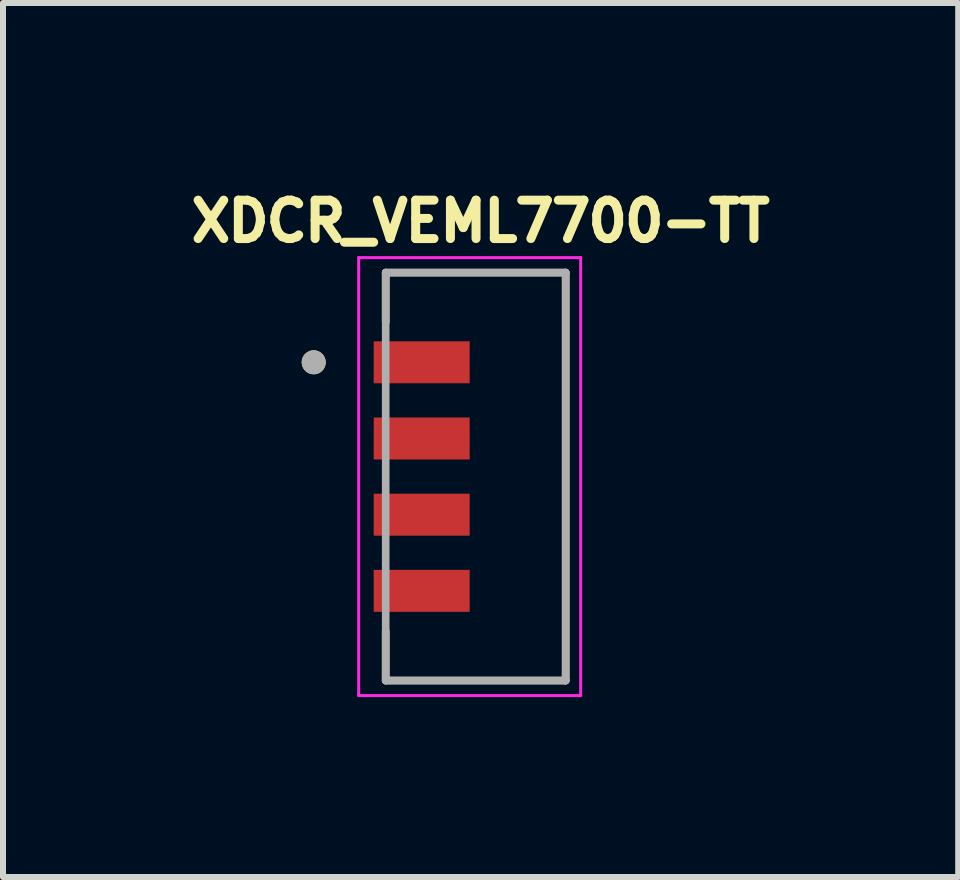
<source format=kicad_pcb>
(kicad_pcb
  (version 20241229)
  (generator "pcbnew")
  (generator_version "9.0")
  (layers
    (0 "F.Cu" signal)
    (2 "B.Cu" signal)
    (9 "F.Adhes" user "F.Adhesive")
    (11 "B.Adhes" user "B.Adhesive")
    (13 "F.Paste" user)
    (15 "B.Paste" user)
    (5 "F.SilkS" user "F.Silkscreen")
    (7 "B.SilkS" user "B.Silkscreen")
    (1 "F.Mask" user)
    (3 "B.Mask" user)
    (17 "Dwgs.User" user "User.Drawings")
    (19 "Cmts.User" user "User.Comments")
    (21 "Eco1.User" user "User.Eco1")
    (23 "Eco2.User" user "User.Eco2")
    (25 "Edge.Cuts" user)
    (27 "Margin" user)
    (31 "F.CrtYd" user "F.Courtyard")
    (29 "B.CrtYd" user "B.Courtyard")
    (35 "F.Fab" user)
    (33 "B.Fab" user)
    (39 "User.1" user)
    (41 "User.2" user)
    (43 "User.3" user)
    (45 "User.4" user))
  (footprint "XDCR_VEML7700-TT"
    (layer "F.Cu")
    (at 4.879 4.894)
    (property "Reference" "XDCR_VEML7700-TT" (at 0.082 -4.256 0) (layer "F.SilkS") (effects (font (size 0.64 0.64) (thickness 0.15))))
    (attr through_hole)
    (fp_line (start -1.5 -3.4) (end 1.5 -3.4) (stroke (width 0.127) (type solid)) (layer "F.SilkS"))
    (fp_line (start -1.5 -2.575) (end -1.5 -3.4) (stroke (width 0.127) (type solid)) (layer "F.SilkS"))
    (fp_line (start -1.5 3.4) (end -1.5 2.575) (stroke (width 0.127) (type solid)) (layer "F.SilkS"))
    (fp_line (start 1.5 -3.4) (end 1.5 3.4) (stroke (width 0.127) (type solid)) (layer "F.SilkS"))
    (fp_line (start 1.5 3.4) (end -1.5 3.4) (stroke (width 0.127) (type solid)) (layer "F.SilkS"))
    (fp_circle (center -2.7 -1.905) (end -2.6 -1.905) (stroke (width 0.2) (type solid)) (fill no) (layer "F.SilkS"))
    (fp_line (start -1.95 -3.65) (end -1.95 3.65) (stroke (width 0.05) (type solid)) (layer "F.CrtYd"))
    (fp_line (start -1.95 3.65) (end 1.75 3.65) (stroke (width 0.05) (type solid)) (layer "F.CrtYd"))
    (fp_line (start 1.75 -3.65) (end -1.95 -3.65) (stroke (width 0.05) (type solid)) (layer "F.CrtYd"))
    (fp_line (start 1.75 3.65) (end 1.75 -3.65) (stroke (width 0.05) (type solid)) (layer "F.CrtYd"))
    (fp_line (start -1.5 -3.4) (end 1.5 -3.4) (stroke (width 0.127) (type solid)) (layer "F.Fab"))
    (fp_line (start -1.5 3.4) (end -1.5 -3.4) (stroke (width 0.127) (type solid)) (layer "F.Fab"))
    (fp_line (start 1.5 -3.4) (end 1.5 3.4) (stroke (width 0.127) (type solid)) (layer "F.Fab"))
    (fp_line (start 1.5 3.4) (end -1.5 3.4) (stroke (width 0.127) (type solid)) (layer "F.Fab"))
    (fp_circle (center -2.7 -1.905) (end -2.6 -1.905) (stroke (width 0.2) (type solid)) (fill no) (layer "F.Fab"))
    (pad "1" smd rect (at -0.9 -1.905) (size 1.6 0.7) (layers "F.Cu" "F.Mask" "F.Paste"))
    (pad "2" smd rect (at -0.9 -0.635) (size 1.6 0.7) (layers "F.Cu" "F.Mask" "F.Paste"))
    (pad "3" smd rect (at -0.9 0.635) (size 1.6 0.7) (layers "F.Cu" "F.Mask" "F.Paste"))
    (pad "4" smd rect (at -0.9 1.905) (size 1.6 0.7) (layers "F.Cu" "F.Mask" "F.Paste")))
  (gr_rect
    (start -3 -3)
    (end 12.922 11.569)
    (stroke (width 0.1) (type default))
    (fill no)
    (layer "Edge.Cuts")))
</source>
